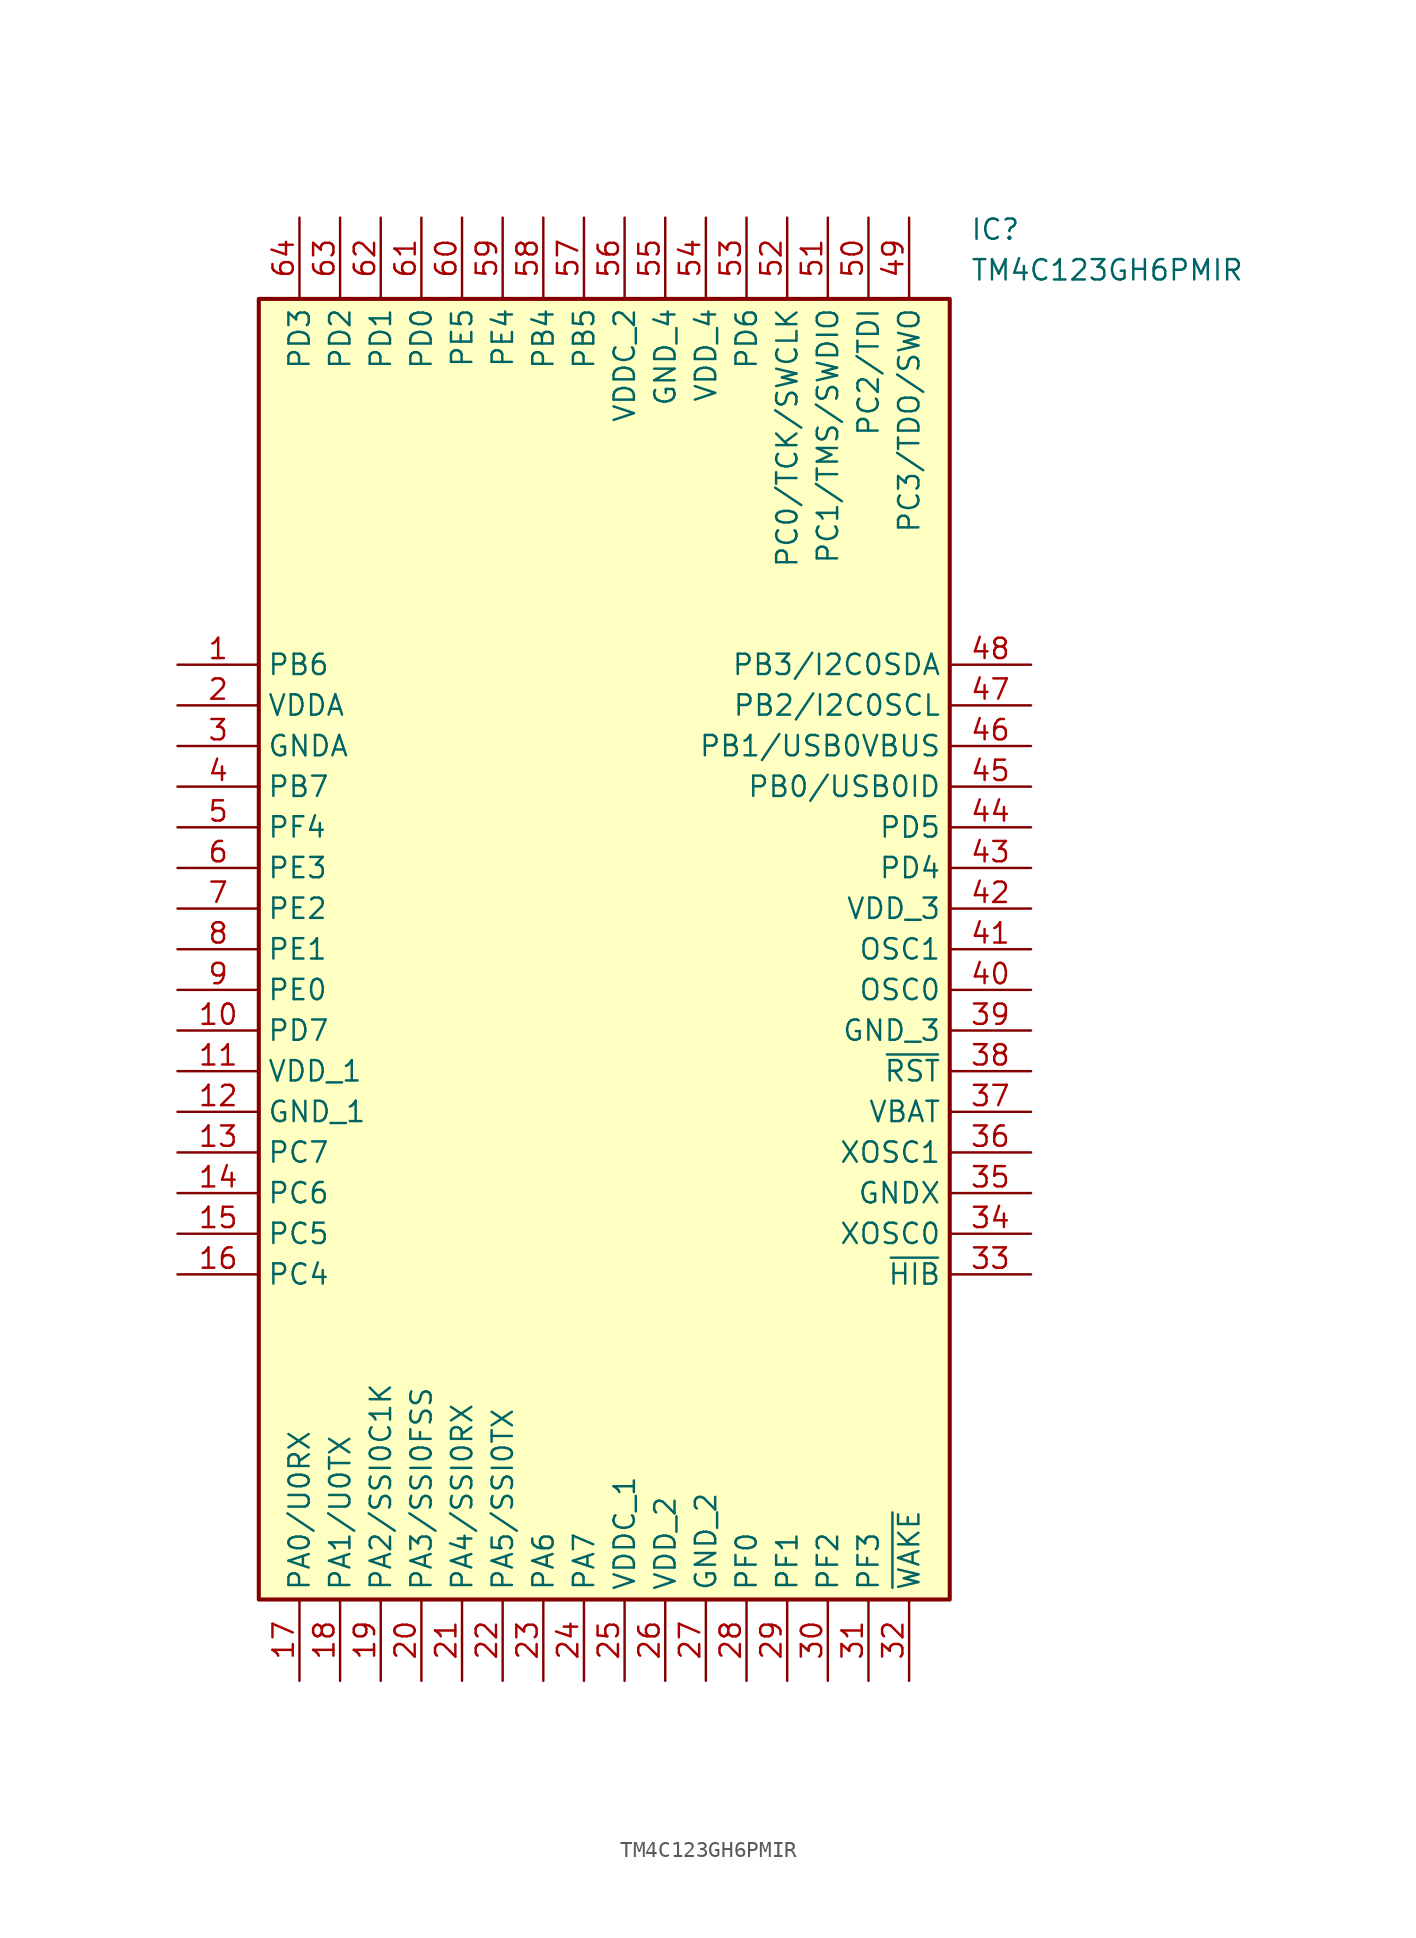
<source format=kicad_sym>
(kicad_symbol_lib
  (version 20211014)
  (generator SamacSys_ECAD_Model)
  (symbol "TM4C123GH6PMIR"
    (property "Reference" "IC"
      (at 49.53 27.94 0)
      (effects (font (size 1.27 1.27)) (justify left top)))
    (property "Value" "TM4C123GH6PMIR"
      (at 49.53 25.4 0)
      (effects (font (size 1.27 1.27)) (justify left top)))
    (rectangle
      (start 5.08 22.86)
      (end 48.26 -58.42)
      (stroke (width 0.254) (type default))
      (fill (type background)))
    (pin passive line
      (at 0 0 0)
      (length 5.08)
      (name "PB6" (effects (font (size 1.27 1.27))))
      (number "1" (effects (font (size 1.27 1.27)))))
    (pin passive line
      (at 0 -2.54 0)
      (length 5.08)
      (name "VDDA" (effects (font (size 1.27 1.27))))
      (number "2" (effects (font (size 1.27 1.27)))))
    (pin passive line
      (at 0 -5.08 0)
      (length 5.08)
      (name "GNDA" (effects (font (size 1.27 1.27))))
      (number "3" (effects (font (size 1.27 1.27)))))
    (pin passive line
      (at 0 -7.62 0)
      (length 5.08)
      (name "PB7" (effects (font (size 1.27 1.27))))
      (number "4" (effects (font (size 1.27 1.27)))))
    (pin passive line
      (at 0 -10.16 0)
      (length 5.08)
      (name "PF4" (effects (font (size 1.27 1.27))))
      (number "5" (effects (font (size 1.27 1.27)))))
    (pin passive line
      (at 0 -12.7 0)
      (length 5.08)
      (name "PE3" (effects (font (size 1.27 1.27))))
      (number "6" (effects (font (size 1.27 1.27)))))
    (pin passive line
      (at 0 -15.24 0)
      (length 5.08)
      (name "PE2" (effects (font (size 1.27 1.27))))
      (number "7" (effects (font (size 1.27 1.27)))))
    (pin passive line
      (at 0 -17.78 0)
      (length 5.08)
      (name "PE1" (effects (font (size 1.27 1.27))))
      (number "8" (effects (font (size 1.27 1.27)))))
    (pin passive line
      (at 0 -20.32 0)
      (length 5.08)
      (name "PE0" (effects (font (size 1.27 1.27))))
      (number "9" (effects (font (size 1.27 1.27)))))
    (pin passive line
      (at 0 -22.86 0)
      (length 5.08)
      (name "PD7" (effects (font (size 1.27 1.27))))
      (number "10" (effects (font (size 1.27 1.27)))))
    (pin passive line
      (at 0 -25.4 0)
      (length 5.08)
      (name "VDD_1" (effects (font (size 1.27 1.27))))
      (number "11" (effects (font (size 1.27 1.27)))))
    (pin passive line
      (at 0 -27.94 0)
      (length 5.08)
      (name "GND_1" (effects (font (size 1.27 1.27))))
      (number "12" (effects (font (size 1.27 1.27)))))
    (pin passive line
      (at 0 -30.48 0)
      (length 5.08)
      (name "PC7" (effects (font (size 1.27 1.27))))
      (number "13" (effects (font (size 1.27 1.27)))))
    (pin passive line
      (at 0 -33.02 0)
      (length 5.08)
      (name "PC6" (effects (font (size 1.27 1.27))))
      (number "14" (effects (font (size 1.27 1.27)))))
    (pin passive line
      (at 0 -35.56 0)
      (length 5.08)
      (name "PC5" (effects (font (size 1.27 1.27))))
      (number "15" (effects (font (size 1.27 1.27)))))
    (pin passive line
      (at 0 -38.1 0)
      (length 5.08)
      (name "PC4" (effects (font (size 1.27 1.27))))
      (number "16" (effects (font (size 1.27 1.27)))))
    (pin passive line
      (at 7.62 -63.5 90)
      (length 5.08)
      (name "PA0/U0RX" (effects (font (size 1.27 1.27))))
      (number "17" (effects (font (size 1.27 1.27)))))
    (pin passive line
      (at 10.16 -63.5 90)
      (length 5.08)
      (name "PA1/U0TX" (effects (font (size 1.27 1.27))))
      (number "18" (effects (font (size 1.27 1.27)))))
    (pin passive line
      (at 12.7 -63.5 90)
      (length 5.08)
      (name "PA2/SSI0C1K" (effects (font (size 1.27 1.27))))
      (number "19" (effects (font (size 1.27 1.27)))))
    (pin passive line
      (at 15.24 -63.5 90)
      (length 5.08)
      (name "PA3/SSI0FSS" (effects (font (size 1.27 1.27))))
      (number "20" (effects (font (size 1.27 1.27)))))
    (pin passive line
      (at 17.78 -63.5 90)
      (length 5.08)
      (name "PA4/SSI0RX" (effects (font (size 1.27 1.27))))
      (number "21" (effects (font (size 1.27 1.27)))))
    (pin passive line
      (at 20.32 -63.5 90)
      (length 5.08)
      (name "PA5/SSI0TX" (effects (font (size 1.27 1.27))))
      (number "22" (effects (font (size 1.27 1.27)))))
    (pin passive line
      (at 22.86 -63.5 90)
      (length 5.08)
      (name "PA6" (effects (font (size 1.27 1.27))))
      (number "23" (effects (font (size 1.27 1.27)))))
    (pin passive line
      (at 25.4 -63.5 90)
      (length 5.08)
      (name "PA7" (effects (font (size 1.27 1.27))))
      (number "24" (effects (font (size 1.27 1.27)))))
    (pin passive line
      (at 27.94 -63.5 90)
      (length 5.08)
      (name "VDDC_1" (effects (font (size 1.27 1.27))))
      (number "25" (effects (font (size 1.27 1.27)))))
    (pin passive line
      (at 30.48 -63.5 90)
      (length 5.08)
      (name "VDD_2" (effects (font (size 1.27 1.27))))
      (number "26" (effects (font (size 1.27 1.27)))))
    (pin passive line
      (at 33.02 -63.5 90)
      (length 5.08)
      (name "GND_2" (effects (font (size 1.27 1.27))))
      (number "27" (effects (font (size 1.27 1.27)))))
    (pin passive line
      (at 35.56 -63.5 90)
      (length 5.08)
      (name "PF0" (effects (font (size 1.27 1.27))))
      (number "28" (effects (font (size 1.27 1.27)))))
    (pin passive line
      (at 38.1 -63.5 90)
      (length 5.08)
      (name "PF1" (effects (font (size 1.27 1.27))))
      (number "29" (effects (font (size 1.27 1.27)))))
    (pin passive line
      (at 40.64 -63.5 90)
      (length 5.08)
      (name "PF2" (effects (font (size 1.27 1.27))))
      (number "30" (effects (font (size 1.27 1.27)))))
    (pin passive line
      (at 43.18 -63.5 90)
      (length 5.08)
      (name "PF3" (effects (font (size 1.27 1.27))))
      (number "31" (effects (font (size 1.27 1.27)))))
    (pin passive line
      (at 45.72 -63.5 90)
      (length 5.08)
      (name "~{WAKE}" (effects (font (size 1.27 1.27))))
      (number "32" (effects (font (size 1.27 1.27)))))
    (pin passive line
      (at 53.34 0 180)
      (length 5.08)
      (name "PB3/I2C0SDA" (effects (font (size 1.27 1.27))))
      (number "48" (effects (font (size 1.27 1.27)))))
    (pin passive line
      (at 53.34 -2.54 180)
      (length 5.08)
      (name "PB2/I2C0SCL" (effects (font (size 1.27 1.27))))
      (number "47" (effects (font (size 1.27 1.27)))))
    (pin passive line
      (at 53.34 -5.08 180)
      (length 5.08)
      (name "PB1/USB0VBUS" (effects (font (size 1.27 1.27))))
      (number "46" (effects (font (size 1.27 1.27)))))
    (pin passive line
      (at 53.34 -7.62 180)
      (length 5.08)
      (name "PB0/USB0ID" (effects (font (size 1.27 1.27))))
      (number "45" (effects (font (size 1.27 1.27)))))
    (pin passive line
      (at 53.34 -10.16 180)
      (length 5.08)
      (name "PD5" (effects (font (size 1.27 1.27))))
      (number "44" (effects (font (size 1.27 1.27)))))
    (pin passive line
      (at 53.34 -12.7 180)
      (length 5.08)
      (name "PD4" (effects (font (size 1.27 1.27))))
      (number "43" (effects (font (size 1.27 1.27)))))
    (pin passive line
      (at 53.34 -15.24 180)
      (length 5.08)
      (name "VDD_3" (effects (font (size 1.27 1.27))))
      (number "42" (effects (font (size 1.27 1.27)))))
    (pin passive line
      (at 53.34 -17.78 180)
      (length 5.08)
      (name "OSC1" (effects (font (size 1.27 1.27))))
      (number "41" (effects (font (size 1.27 1.27)))))
    (pin passive line
      (at 53.34 -20.32 180)
      (length 5.08)
      (name "OSC0" (effects (font (size 1.27 1.27))))
      (number "40" (effects (font (size 1.27 1.27)))))
    (pin passive line
      (at 53.34 -22.86 180)
      (length 5.08)
      (name "GND_3" (effects (font (size 1.27 1.27))))
      (number "39" (effects (font (size 1.27 1.27)))))
    (pin passive line
      (at 53.34 -25.4 180)
      (length 5.08)
      (name "~{RST}" (effects (font (size 1.27 1.27))))
      (number "38" (effects (font (size 1.27 1.27)))))
    (pin passive line
      (at 53.34 -27.94 180)
      (length 5.08)
      (name "VBAT" (effects (font (size 1.27 1.27))))
      (number "37" (effects (font (size 1.27 1.27)))))
    (pin passive line
      (at 53.34 -30.48 180)
      (length 5.08)
      (name "XOSC1" (effects (font (size 1.27 1.27))))
      (number "36" (effects (font (size 1.27 1.27)))))
    (pin passive line
      (at 53.34 -33.02 180)
      (length 5.08)
      (name "GNDX" (effects (font (size 1.27 1.27))))
      (number "35" (effects (font (size 1.27 1.27)))))
    (pin passive line
      (at 53.34 -35.56 180)
      (length 5.08)
      (name "XOSC0" (effects (font (size 1.27 1.27))))
      (number "34" (effects (font (size 1.27 1.27)))))
    (pin passive line
      (at 53.34 -38.1 180)
      (length 5.08)
      (name "~{HIB}" (effects (font (size 1.27 1.27))))
      (number "33" (effects (font (size 1.27 1.27)))))
    (pin passive line
      (at 7.62 27.94 270)
      (length 5.08)
      (name "PD3" (effects (font (size 1.27 1.27))))
      (number "64" (effects (font (size 1.27 1.27)))))
    (pin passive line
      (at 10.16 27.94 270)
      (length 5.08)
      (name "PD2" (effects (font (size 1.27 1.27))))
      (number "63" (effects (font (size 1.27 1.27)))))
    (pin passive line
      (at 12.7 27.94 270)
      (length 5.08)
      (name "PD1" (effects (font (size 1.27 1.27))))
      (number "62" (effects (font (size 1.27 1.27)))))
    (pin passive line
      (at 15.24 27.94 270)
      (length 5.08)
      (name "PD0" (effects (font (size 1.27 1.27))))
      (number "61" (effects (font (size 1.27 1.27)))))
    (pin passive line
      (at 17.78 27.94 270)
      (length 5.08)
      (name "PE5" (effects (font (size 1.27 1.27))))
      (number "60" (effects (font (size 1.27 1.27)))))
    (pin passive line
      (at 20.32 27.94 270)
      (length 5.08)
      (name "PE4" (effects (font (size 1.27 1.27))))
      (number "59" (effects (font (size 1.27 1.27)))))
    (pin passive line
      (at 22.86 27.94 270)
      (length 5.08)
      (name "PB4" (effects (font (size 1.27 1.27))))
      (number "58" (effects (font (size 1.27 1.27)))))
    (pin passive line
      (at 25.4 27.94 270)
      (length 5.08)
      (name "PB5" (effects (font (size 1.27 1.27))))
      (number "57" (effects (font (size 1.27 1.27)))))
    (pin passive line
      (at 27.94 27.94 270)
      (length 5.08)
      (name "VDDC_2" (effects (font (size 1.27 1.27))))
      (number "56" (effects (font (size 1.27 1.27)))))
    (pin passive line
      (at 30.48 27.94 270)
      (length 5.08)
      (name "GND_4" (effects (font (size 1.27 1.27))))
      (number "55" (effects (font (size 1.27 1.27)))))
    (pin passive line
      (at 33.02 27.94 270)
      (length 5.08)
      (name "VDD_4" (effects (font (size 1.27 1.27))))
      (number "54" (effects (font (size 1.27 1.27)))))
    (pin passive line
      (at 35.56 27.94 270)
      (length 5.08)
      (name "PD6" (effects (font (size 1.27 1.27))))
      (number "53" (effects (font (size 1.27 1.27)))))
    (pin passive line
      (at 38.1 27.94 270)
      (length 5.08)
      (name "PC0/TCK/SWCLK" (effects (font (size 1.27 1.27))))
      (number "52" (effects (font (size 1.27 1.27)))))
    (pin passive line
      (at 40.64 27.94 270)
      (length 5.08)
      (name "PC1/TMS/SWDIO" (effects (font (size 1.27 1.27))))
      (number "51" (effects (font (size 1.27 1.27)))))
    (pin passive line
      (at 43.18 27.94 270)
      (length 5.08)
      (name "PC2/TDI" (effects (font (size 1.27 1.27))))
      (number "50" (effects (font (size 1.27 1.27)))))
    (pin passive line
      (at 45.72 27.94 270)
      (length 5.08)
      (name "PC3/TDO/SWO" (effects (font (size 1.27 1.27))))
      (number "49" (effects (font (size 1.27 1.27)))))))
</source>
